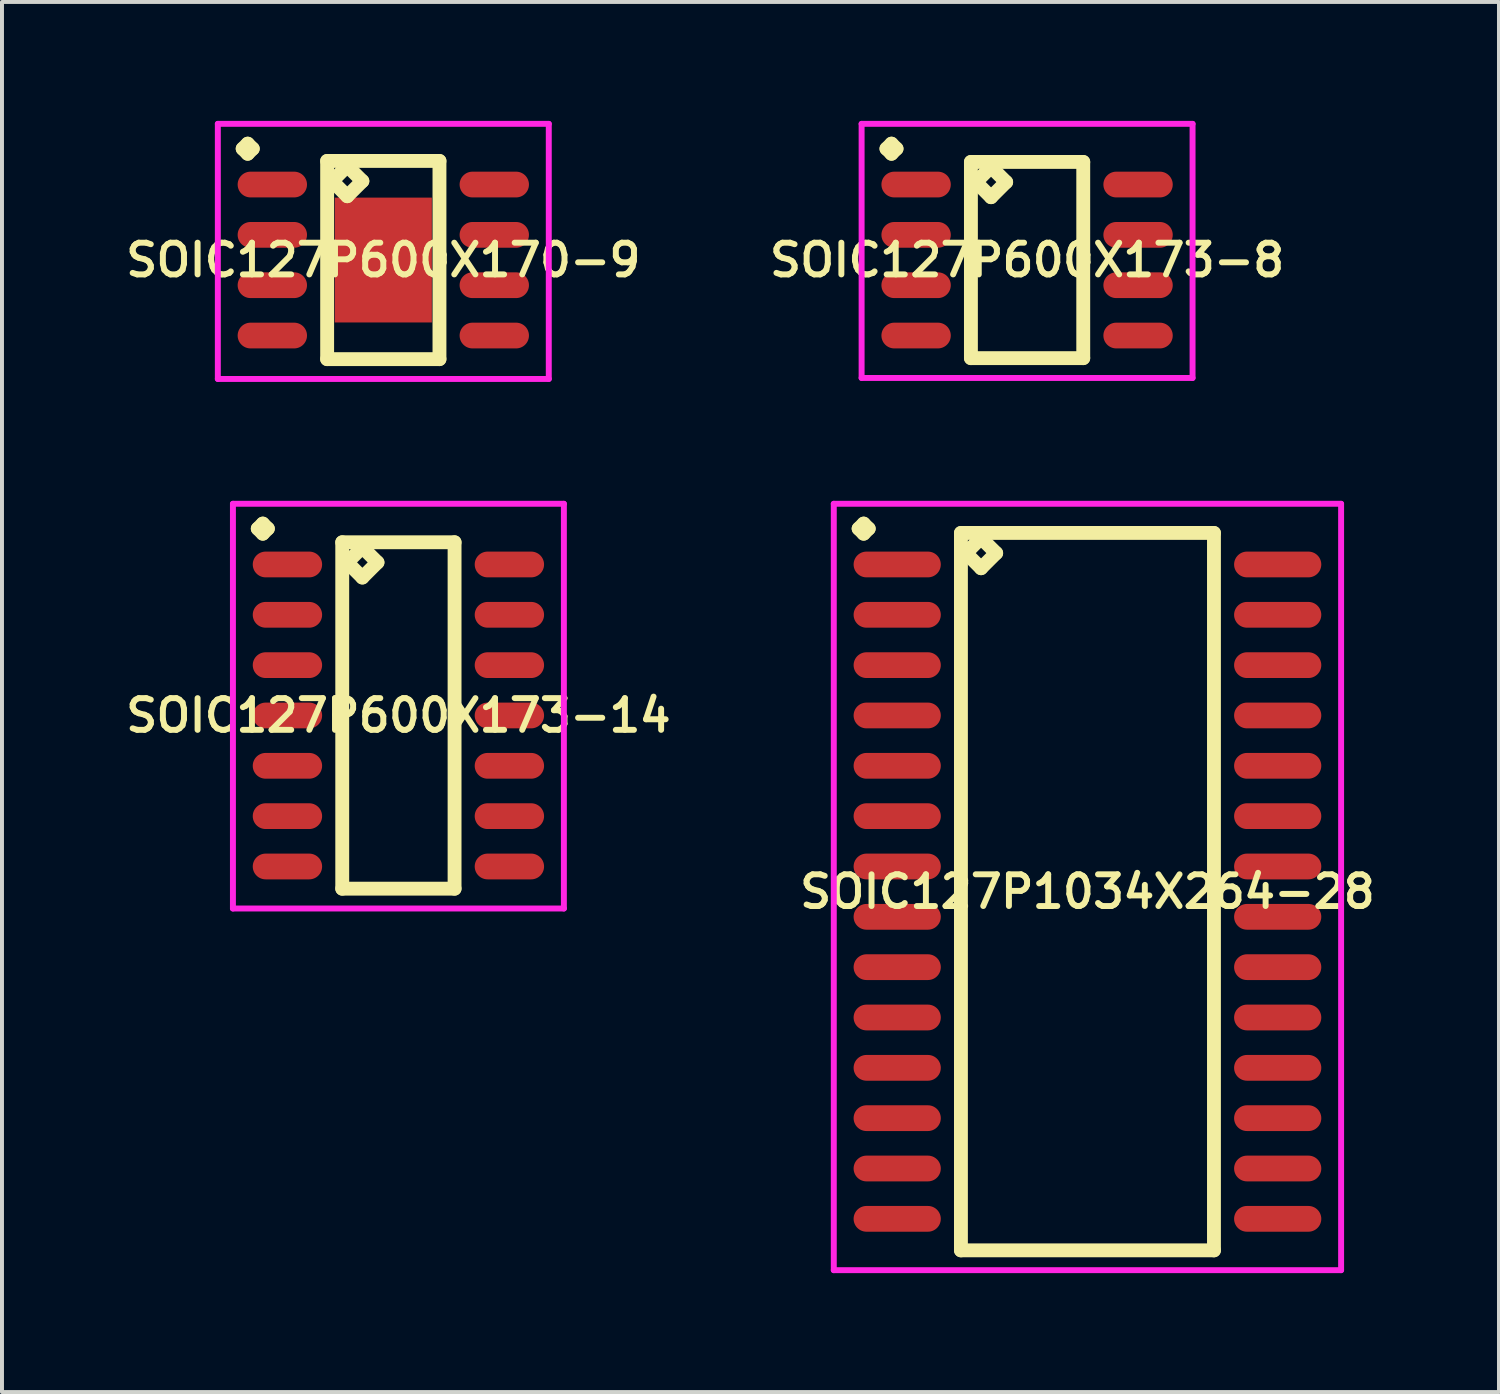
<source format=kicad_pcb>
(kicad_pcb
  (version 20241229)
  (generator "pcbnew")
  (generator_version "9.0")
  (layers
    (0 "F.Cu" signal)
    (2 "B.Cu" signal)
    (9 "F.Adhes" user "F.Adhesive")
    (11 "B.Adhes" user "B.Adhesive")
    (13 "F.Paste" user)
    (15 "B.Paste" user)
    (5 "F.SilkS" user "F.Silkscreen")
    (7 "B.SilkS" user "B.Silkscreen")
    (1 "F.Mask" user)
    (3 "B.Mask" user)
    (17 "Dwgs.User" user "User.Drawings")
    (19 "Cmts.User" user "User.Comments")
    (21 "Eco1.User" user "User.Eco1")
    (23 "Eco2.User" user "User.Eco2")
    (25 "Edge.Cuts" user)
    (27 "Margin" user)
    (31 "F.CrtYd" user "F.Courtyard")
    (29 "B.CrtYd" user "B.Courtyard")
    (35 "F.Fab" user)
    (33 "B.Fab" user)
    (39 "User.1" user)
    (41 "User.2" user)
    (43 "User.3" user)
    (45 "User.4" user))
  (footprint "SOIC127P1034X264-28"
    (layer "F.Cu")
    (at 24.387 19.447)
    (property "Reference" "SOIC127P1034X264-28" (at 0 0 0) (layer "F.SilkS") (effects (font (size 0.8 0.8) (thickness 0.15))))
    (attr smd)
    (fp_line (start -5.773 -9.159) (end -5.646 -9.286) (stroke (width 0.35) (type solid)) (layer "F.SilkS"))
    (fp_line (start -5.646 -9.286) (end -5.519 -9.159) (stroke (width 0.35) (type solid)) (layer "F.SilkS"))
    (fp_line (start -5.646 -9.032) (end -5.773 -9.159) (stroke (width 0.35) (type solid)) (layer "F.SilkS"))
    (fp_line (start -5.519 -9.159) (end -5.646 -9.032) (stroke (width 0.35) (type solid)) (layer "F.SilkS"))
    (fp_line (start -3.192 -9.05) (end -3.192 9.05) (stroke (width 0.35) (type solid)) (layer "F.SilkS"))
    (fp_line (start -3.192 9.05) (end 3.192 9.05) (stroke (width 0.35) (type solid)) (layer "F.SilkS"))
    (fp_line (start -3.065 -8.542) (end -2.684 -8.923) (stroke (width 0.35) (type solid)) (layer "F.SilkS"))
    (fp_line (start -2.684 -8.923) (end -2.303 -8.542) (stroke (width 0.35) (type solid)) (layer "F.SilkS"))
    (fp_line (start -2.684 -8.161) (end -3.065 -8.542) (stroke (width 0.35) (type solid)) (layer "F.SilkS"))
    (fp_line (start -2.303 -8.542) (end -2.684 -8.161) (stroke (width 0.35) (type solid)) (layer "F.SilkS"))
    (fp_line (start 3.192 -9.05) (end -3.192 -9.05) (stroke (width 0.35) (type solid)) (layer "F.SilkS"))
    (fp_line (start 3.192 9.05) (end 3.192 -9.05) (stroke (width 0.35) (type solid)) (layer "F.SilkS"))
    (fp_line (start -6.4 -9.786) (end 6.4 -9.786) (stroke (width 0.15) (type solid)) (layer "F.CrtYd"))
    (fp_line (start -6.4 9.55) (end -6.4 -9.786) (stroke (width 0.15) (type solid)) (layer "F.CrtYd"))
    (fp_line (start 6.4 -9.786) (end 6.4 9.55) (stroke (width 0.15) (type solid)) (layer "F.CrtYd"))
    (fp_line (start 6.4 9.55) (end -6.4 9.55) (stroke (width 0.15) (type solid)) (layer "F.CrtYd"))
    (pad "1" smd oval (at -4.8 -8.255) (size 2.2 0.65) (layers "F.Cu" "F.Mask" "F.Paste"))
    (pad "2" smd oval (at -4.8 -6.985) (size 2.2 0.65) (layers "F.Cu" "F.Mask" "F.Paste"))
    (pad "3" smd oval (at -4.8 -5.715) (size 2.2 0.65) (layers "F.Cu" "F.Mask" "F.Paste"))
    (pad "4" smd oval (at -4.8 -4.445) (size 2.2 0.65) (layers "F.Cu" "F.Mask" "F.Paste"))
    (pad "5" smd oval (at -4.8 -3.175) (size 2.2 0.65) (layers "F.Cu" "F.Mask" "F.Paste"))
    (pad "6" smd oval (at -4.8 -1.905) (size 2.2 0.65) (layers "F.Cu" "F.Mask" "F.Paste"))
    (pad "7" smd oval (at -4.8 -0.635) (size 2.2 0.65) (layers "F.Cu" "F.Mask" "F.Paste"))
    (pad "8" smd oval (at -4.8 0.635) (size 2.2 0.65) (layers "F.Cu" "F.Mask" "F.Paste"))
    (pad "9" smd oval (at -4.8 1.905) (size 2.2 0.65) (layers "F.Cu" "F.Mask" "F.Paste"))
    (pad "10" smd oval (at -4.8 3.175) (size 2.2 0.65) (layers "F.Cu" "F.Mask" "F.Paste"))
    (pad "11" smd oval (at -4.8 4.445) (size 2.2 0.65) (layers "F.Cu" "F.Mask" "F.Paste"))
    (pad "12" smd oval (at -4.8 5.715) (size 2.2 0.65) (layers "F.Cu" "F.Mask" "F.Paste"))
    (pad "13" smd oval (at -4.8 6.985) (size 2.2 0.65) (layers "F.Cu" "F.Mask" "F.Paste"))
    (pad "14" smd oval (at -4.8 8.255) (size 2.2 0.65) (layers "F.Cu" "F.Mask" "F.Paste"))
    (pad "15" smd oval (at 4.8 8.255) (size 2.2 0.65) (layers "F.Cu" "F.Mask" "F.Paste"))
    (pad "16" smd oval (at 4.8 6.985) (size 2.2 0.65) (layers "F.Cu" "F.Mask" "F.Paste"))
    (pad "17" smd oval (at 4.8 5.715) (size 2.2 0.65) (layers "F.Cu" "F.Mask" "F.Paste"))
    (pad "18" smd oval (at 4.8 4.445) (size 2.2 0.65) (layers "F.Cu" "F.Mask" "F.Paste"))
    (pad "19" smd oval (at 4.8 3.175) (size 2.2 0.65) (layers "F.Cu" "F.Mask" "F.Paste"))
    (pad "20" smd oval (at 4.8 1.905) (size 2.2 0.65) (layers "F.Cu" "F.Mask" "F.Paste"))
    (pad "21" smd oval (at 4.8 0.635) (size 2.2 0.65) (layers "F.Cu" "F.Mask" "F.Paste"))
    (pad "22" smd oval (at 4.8 -0.635) (size 2.2 0.65) (layers "F.Cu" "F.Mask" "F.Paste"))
    (pad "23" smd oval (at 4.8 -1.905) (size 2.2 0.65) (layers "F.Cu" "F.Mask" "F.Paste"))
    (pad "24" smd oval (at 4.8 -3.175) (size 2.2 0.65) (layers "F.Cu" "F.Mask" "F.Paste"))
    (pad "25" smd oval (at 4.8 -4.445) (size 2.2 0.65) (layers "F.Cu" "F.Mask" "F.Paste"))
    (pad "26" smd oval (at 4.8 -5.715) (size 2.2 0.65) (layers "F.Cu" "F.Mask" "F.Paste"))
    (pad "27" smd oval (at 4.8 -6.985) (size 2.2 0.65) (layers "F.Cu" "F.Mask" "F.Paste"))
    (pad "28" smd oval (at 4.8 -8.255) (size 2.2 0.65) (layers "F.Cu" "F.Mask" "F.Paste")))
  (footprint "SOIC127P600X170-9"
    (layer "F.Cu")
    (at 6.621 3.511)
    (property "Reference" "SOIC127P600X170-9" (at 0 0 0) (layer "F.SilkS") (effects (font (size 0.8 0.8) (thickness 0.15))))
    (attr smd)
    (fp_line (start -3.548 -2.809) (end -3.421 -2.936) (stroke (width 0.35) (type solid)) (layer "F.SilkS"))
    (fp_line (start -3.421 -2.936) (end -3.294 -2.809) (stroke (width 0.35) (type solid)) (layer "F.SilkS"))
    (fp_line (start -3.421 -2.682) (end -3.548 -2.809) (stroke (width 0.35) (type solid)) (layer "F.SilkS"))
    (fp_line (start -3.294 -2.809) (end -3.421 -2.682) (stroke (width 0.35) (type solid)) (layer "F.SilkS"))
    (fp_line (start -1.417 -2.5) (end -1.417 2.5) (stroke (width 0.35) (type solid)) (layer "F.SilkS"))
    (fp_line (start -1.417 2.5) (end 1.417 2.5) (stroke (width 0.35) (type solid)) (layer "F.SilkS"))
    (fp_line (start -1.29 -1.992) (end -0.909 -2.373) (stroke (width 0.35) (type solid)) (layer "F.SilkS"))
    (fp_line (start -0.909 -2.373) (end -0.528 -1.992) (stroke (width 0.35) (type solid)) (layer "F.SilkS"))
    (fp_line (start -0.909 -1.611) (end -1.29 -1.992) (stroke (width 0.35) (type solid)) (layer "F.SilkS"))
    (fp_line (start -0.528 -1.992) (end -0.909 -1.611) (stroke (width 0.35) (type solid)) (layer "F.SilkS"))
    (fp_line (start 1.417 -2.5) (end -1.417 -2.5) (stroke (width 0.35) (type solid)) (layer "F.SilkS"))
    (fp_line (start 1.417 2.5) (end 1.417 -2.5) (stroke (width 0.35) (type solid)) (layer "F.SilkS"))
    (fp_line (start -4.175 -3.436) (end 4.175 -3.436) (stroke (width 0.15) (type solid)) (layer "F.CrtYd"))
    (fp_line (start -4.175 3) (end -4.175 -3.436) (stroke (width 0.15) (type solid)) (layer "F.CrtYd"))
    (fp_line (start 4.175 -3.436) (end 4.175 3) (stroke (width 0.15) (type solid)) (layer "F.CrtYd"))
    (fp_line (start 4.175 3) (end -4.175 3) (stroke (width 0.15) (type solid)) (layer "F.CrtYd"))
    (pad "1" smd oval (at -2.8 -1.905) (size 1.75 0.65) (layers "F.Cu" "F.Mask" "F.Paste"))
    (pad "2" smd oval (at -2.8 -0.635) (size 1.75 0.65) (layers "F.Cu" "F.Mask" "F.Paste"))
    (pad "3" smd oval (at -2.8 0.635) (size 1.75 0.65) (layers "F.Cu" "F.Mask" "F.Paste"))
    (pad "4" smd oval (at -2.8 1.905) (size 1.75 0.65) (layers "F.Cu" "F.Mask" "F.Paste"))
    (pad "5" smd oval (at 2.8 1.905) (size 1.75 0.65) (layers "F.Cu" "F.Mask" "F.Paste"))
    (pad "6" smd oval (at 2.8 0.635) (size 1.75 0.65) (layers "F.Cu" "F.Mask" "F.Paste"))
    (pad "7" smd oval (at 2.8 -0.635) (size 1.75 0.65) (layers "F.Cu" "F.Mask" "F.Paste"))
    (pad "8" smd oval (at 2.8 -1.905) (size 1.75 0.65) (layers "F.Cu" "F.Mask" "F.Paste"))
    (pad "9" smd rect (at 0 0) (size 2.45 3.15) (layers "F.Cu" "F.Mask" "F.Paste")))
  (footprint "SOIC127P600X173-14"
    (layer "F.Cu")
    (at 7.002 15.002)
    (property "Reference" "SOIC127P600X173-14" (at 0 0 0) (layer "F.SilkS") (effects (font (size 0.8 0.8) (thickness 0.15))))
    (attr smd)
    (fp_line (start -3.548 -4.714) (end -3.421 -4.841) (stroke (width 0.35) (type solid)) (layer "F.SilkS"))
    (fp_line (start -3.421 -4.841) (end -3.294 -4.714) (stroke (width 0.35) (type solid)) (layer "F.SilkS"))
    (fp_line (start -3.421 -4.587) (end -3.548 -4.714) (stroke (width 0.35) (type solid)) (layer "F.SilkS"))
    (fp_line (start -3.294 -4.714) (end -3.421 -4.587) (stroke (width 0.35) (type solid)) (layer "F.SilkS"))
    (fp_line (start -1.417 -4.37) (end -1.417 4.37) (stroke (width 0.35) (type solid)) (layer "F.SilkS"))
    (fp_line (start -1.417 4.37) (end 1.417 4.37) (stroke (width 0.35) (type solid)) (layer "F.SilkS"))
    (fp_line (start -1.29 -3.862) (end -0.909 -4.243) (stroke (width 0.35) (type solid)) (layer "F.SilkS"))
    (fp_line (start -0.909 -4.243) (end -0.528 -3.862) (stroke (width 0.35) (type solid)) (layer "F.SilkS"))
    (fp_line (start -0.909 -3.481) (end -1.29 -3.862) (stroke (width 0.35) (type solid)) (layer "F.SilkS"))
    (fp_line (start -0.528 -3.862) (end -0.909 -3.481) (stroke (width 0.35) (type solid)) (layer "F.SilkS"))
    (fp_line (start 1.417 -4.37) (end -1.417 -4.37) (stroke (width 0.35) (type solid)) (layer "F.SilkS"))
    (fp_line (start 1.417 4.37) (end 1.417 -4.37) (stroke (width 0.35) (type solid)) (layer "F.SilkS"))
    (fp_line (start -4.175 -5.341) (end 4.175 -5.341) (stroke (width 0.15) (type solid)) (layer "F.CrtYd"))
    (fp_line (start -4.175 4.87) (end -4.175 -5.341) (stroke (width 0.15) (type solid)) (layer "F.CrtYd"))
    (fp_line (start 4.175 -5.341) (end 4.175 4.87) (stroke (width 0.15) (type solid)) (layer "F.CrtYd"))
    (fp_line (start 4.175 4.87) (end -4.175 4.87) (stroke (width 0.15) (type solid)) (layer "F.CrtYd"))
    (pad "1" smd oval (at -2.8 -3.81) (size 1.75 0.65) (layers "F.Cu" "F.Mask" "F.Paste"))
    (pad "2" smd oval (at -2.8 -2.54) (size 1.75 0.65) (layers "F.Cu" "F.Mask" "F.Paste"))
    (pad "3" smd oval (at -2.8 -1.27) (size 1.75 0.65) (layers "F.Cu" "F.Mask" "F.Paste"))
    (pad "4" smd oval (at -2.8 0) (size 1.75 0.65) (layers "F.Cu" "F.Mask" "F.Paste"))
    (pad "5" smd oval (at -2.8 1.27) (size 1.75 0.65) (layers "F.Cu" "F.Mask" "F.Paste"))
    (pad "6" smd oval (at -2.8 2.54) (size 1.75 0.65) (layers "F.Cu" "F.Mask" "F.Paste"))
    (pad "7" smd oval (at -2.8 3.81) (size 1.75 0.65) (layers "F.Cu" "F.Mask" "F.Paste"))
    (pad "8" smd oval (at 2.8 3.81) (size 1.75 0.65) (layers "F.Cu" "F.Mask" "F.Paste"))
    (pad "9" smd oval (at 2.8 2.54) (size 1.75 0.65) (layers "F.Cu" "F.Mask" "F.Paste"))
    (pad "10" smd oval (at 2.8 1.27) (size 1.75 0.65) (layers "F.Cu" "F.Mask" "F.Paste"))
    (pad "11" smd oval (at 2.8 0) (size 1.75 0.65) (layers "F.Cu" "F.Mask" "F.Paste"))
    (pad "12" smd oval (at 2.8 -1.27) (size 1.75 0.65) (layers "F.Cu" "F.Mask" "F.Paste"))
    (pad "13" smd oval (at 2.8 -2.54) (size 1.75 0.65) (layers "F.Cu" "F.Mask" "F.Paste"))
    (pad "14" smd oval (at 2.8 -3.81) (size 1.75 0.65) (layers "F.Cu" "F.Mask" "F.Paste")))
  (footprint "SOIC127P600X173-8"
    (layer "F.Cu")
    (at 22.864 3.511)
    (property "Reference" "SOIC127P600X173-8" (at 0 0 0) (layer "F.SilkS") (effects (font (size 0.8 0.8) (thickness 0.15))))
    (attr through_hole)
    (fp_line (start -3.548 -2.809) (end -3.421 -2.936) (stroke (width 0.35) (type solid)) (layer "F.SilkS"))
    (fp_line (start -3.421 -2.936) (end -3.294 -2.809) (stroke (width 0.35) (type solid)) (layer "F.SilkS"))
    (fp_line (start -3.421 -2.682) (end -3.548 -2.809) (stroke (width 0.35) (type solid)) (layer "F.SilkS"))
    (fp_line (start -3.294 -2.809) (end -3.421 -2.682) (stroke (width 0.35) (type solid)) (layer "F.SilkS"))
    (fp_line (start -1.417 -2.475) (end -1.417 2.475) (stroke (width 0.35) (type solid)) (layer "F.SilkS"))
    (fp_line (start -1.417 2.475) (end 1.417 2.475) (stroke (width 0.35) (type solid)) (layer "F.SilkS"))
    (fp_line (start -1.29 -1.967) (end -0.909 -2.348) (stroke (width 0.35) (type solid)) (layer "F.SilkS"))
    (fp_line (start -0.909 -2.348) (end -0.528 -1.967) (stroke (width 0.35) (type solid)) (layer "F.SilkS"))
    (fp_line (start -0.909 -1.586) (end -1.29 -1.967) (stroke (width 0.35) (type solid)) (layer "F.SilkS"))
    (fp_line (start -0.528 -1.967) (end -0.909 -1.586) (stroke (width 0.35) (type solid)) (layer "F.SilkS"))
    (fp_line (start 1.417 -2.475) (end -1.417 -2.475) (stroke (width 0.35) (type solid)) (layer "F.SilkS"))
    (fp_line (start 1.417 2.475) (end 1.417 -2.475) (stroke (width 0.35) (type solid)) (layer "F.SilkS"))
    (fp_line (start -4.175 -3.436) (end 4.175 -3.436) (stroke (width 0.15) (type solid)) (layer "F.CrtYd"))
    (fp_line (start -4.175 2.975) (end -4.175 -3.436) (stroke (width 0.15) (type solid)) (layer "F.CrtYd"))
    (fp_line (start 4.175 -3.436) (end 4.175 2.975) (stroke (width 0.15) (type solid)) (layer "F.CrtYd"))
    (fp_line (start 4.175 2.975) (end -4.175 2.975) (stroke (width 0.15) (type solid)) (layer "F.CrtYd"))
    (pad "1" smd oval (at -2.8 -1.905) (size 1.75 0.65) (layers "F.Cu" "F.Mask" "F.Paste"))
    (pad "2" smd oval (at -2.8 -0.635) (size 1.75 0.65) (layers "F.Cu" "F.Mask" "F.Paste"))
    (pad "3" smd oval (at -2.8 0.635) (size 1.75 0.65) (layers "F.Cu" "F.Mask" "F.Paste"))
    (pad "4" smd oval (at -2.8 1.905) (size 1.75 0.65) (layers "F.Cu" "F.Mask" "F.Paste"))
    (pad "5" smd oval (at 2.8 1.905) (size 1.75 0.65) (layers "F.Cu" "F.Mask" "F.Paste"))
    (pad "6" smd oval (at 2.8 0.635) (size 1.75 0.65) (layers "F.Cu" "F.Mask" "F.Paste"))
    (pad "7" smd oval (at 2.8 -0.635) (size 1.75 0.65) (layers "F.Cu" "F.Mask" "F.Paste"))
    (pad "8" smd oval (at 2.8 -1.905) (size 1.75 0.65) (layers "F.Cu" "F.Mask" "F.Paste")))
  (gr_rect
    (start -3 -3)
    (end 34.77 32.072)
    (stroke (width 0.1) (type default))
    (fill no)
    (layer "Edge.Cuts")))
</source>
